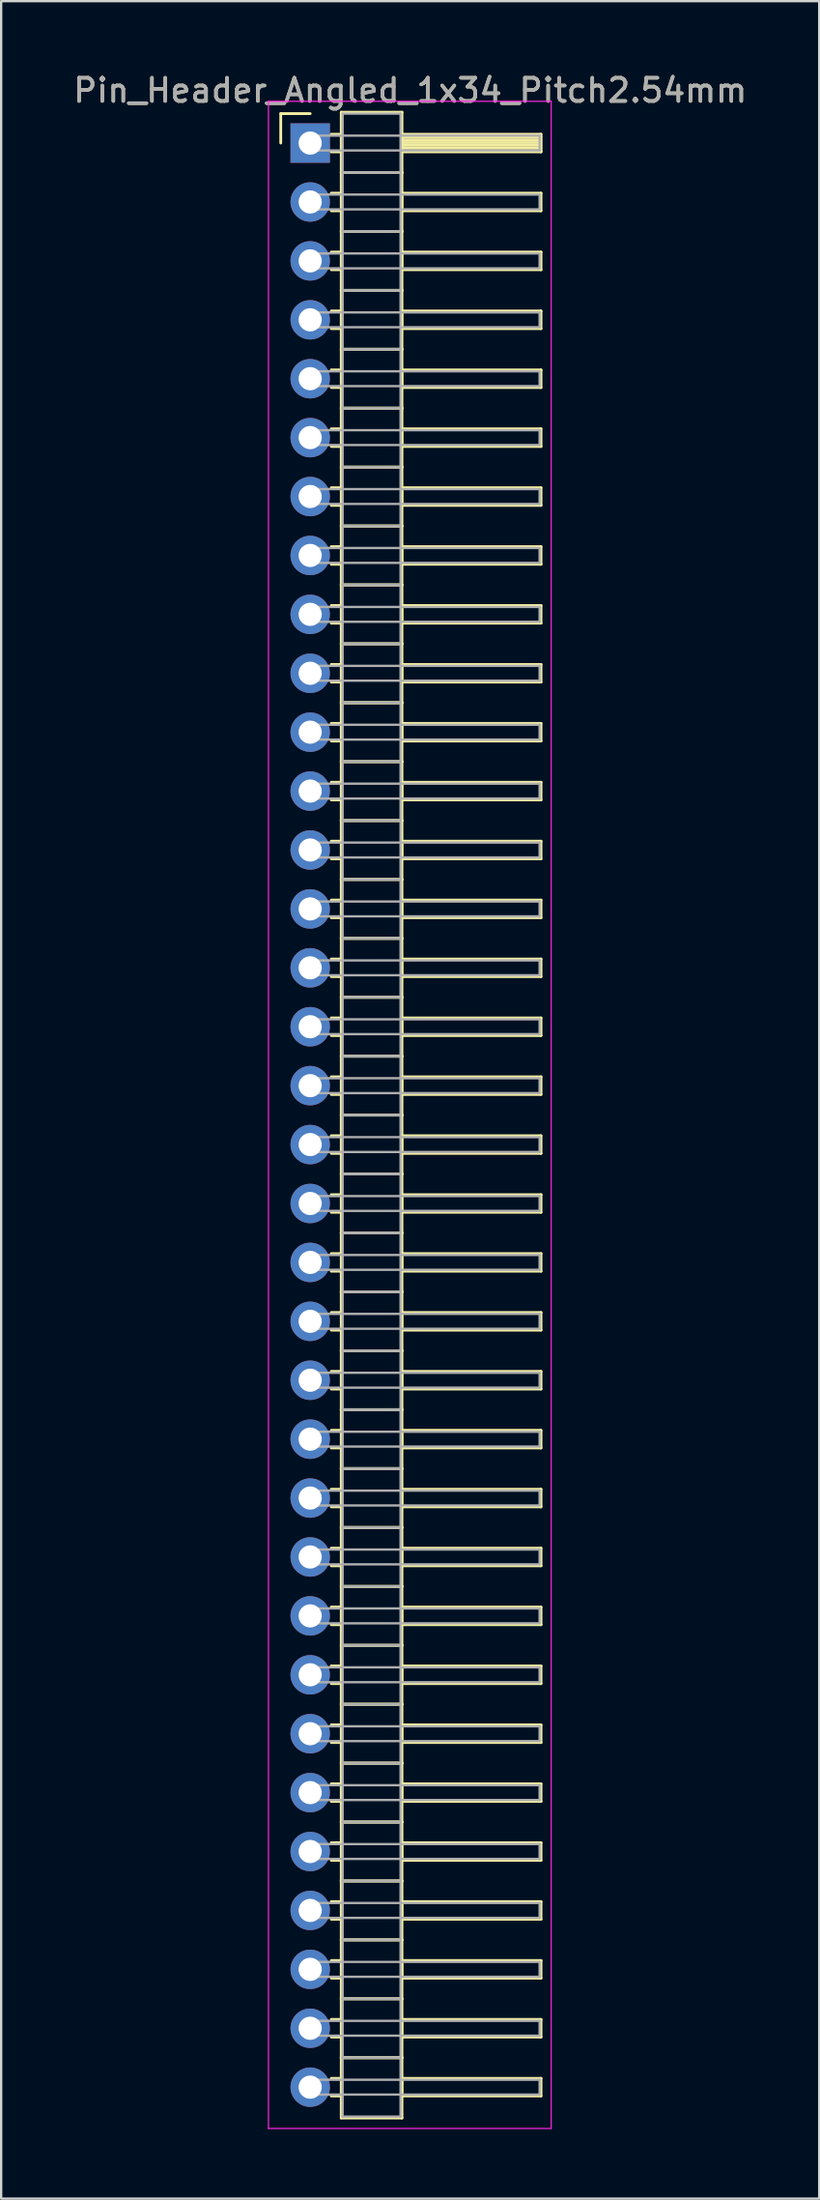
<source format=kicad_pcb>
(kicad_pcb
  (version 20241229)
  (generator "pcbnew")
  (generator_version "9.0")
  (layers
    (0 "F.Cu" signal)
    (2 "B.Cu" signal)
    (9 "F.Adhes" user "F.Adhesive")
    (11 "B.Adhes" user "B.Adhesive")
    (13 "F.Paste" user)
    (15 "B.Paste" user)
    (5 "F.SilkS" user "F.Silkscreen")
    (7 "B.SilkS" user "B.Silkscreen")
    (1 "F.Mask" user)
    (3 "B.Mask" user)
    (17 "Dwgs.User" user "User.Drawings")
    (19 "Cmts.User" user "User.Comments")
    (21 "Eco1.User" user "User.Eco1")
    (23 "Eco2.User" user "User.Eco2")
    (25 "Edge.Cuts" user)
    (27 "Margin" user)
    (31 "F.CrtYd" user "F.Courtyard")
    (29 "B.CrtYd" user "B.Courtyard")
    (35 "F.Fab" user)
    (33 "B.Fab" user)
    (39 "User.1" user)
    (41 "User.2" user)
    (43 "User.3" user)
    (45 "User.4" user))
  (footprint "Pin_Header_Angled_1x34_Pitch2.54mm"
    (layer "F.Cu")
    (at 10.334 3.118)
    (property "Reference" "Pin_Header_Angled_1x34_Pitch2.54mm" (at 4.315 -2.27 0) (layer "F.SilkS") (effects (font (size 1 1) (thickness 0.15))))
    (attr through_hole)
    (fp_line (start -1.27 -1.27) (end 0 -1.27) (stroke (width 0.12) (type solid)) (layer "F.SilkS"))
    (fp_line (start -1.27 0) (end -1.27 -1.27) (stroke (width 0.12) (type solid)) (layer "F.SilkS"))
    (fp_line (start 0.91 -0.38) (end 1.34 -0.38) (stroke (width 0.12) (type solid)) (layer "F.SilkS"))
    (fp_line (start 0.91 0.38) (end 1.34 0.38) (stroke (width 0.12) (type solid)) (layer "F.SilkS"))
    (fp_line (start 0.91 2.16) (end 1.34 2.16) (stroke (width 0.12) (type solid)) (layer "F.SilkS"))
    (fp_line (start 0.91 2.92) (end 1.34 2.92) (stroke (width 0.12) (type solid)) (layer "F.SilkS"))
    (fp_line (start 0.91 4.7) (end 1.34 4.7) (stroke (width 0.12) (type solid)) (layer "F.SilkS"))
    (fp_line (start 0.91 5.46) (end 1.34 5.46) (stroke (width 0.12) (type solid)) (layer "F.SilkS"))
    (fp_line (start 0.91 7.24) (end 1.34 7.24) (stroke (width 0.12) (type solid)) (layer "F.SilkS"))
    (fp_line (start 0.91 8) (end 1.34 8) (stroke (width 0.12) (type solid)) (layer "F.SilkS"))
    (fp_line (start 0.91 9.78) (end 1.34 9.78) (stroke (width 0.12) (type solid)) (layer "F.SilkS"))
    (fp_line (start 0.91 10.54) (end 1.34 10.54) (stroke (width 0.12) (type solid)) (layer "F.SilkS"))
    (fp_line (start 0.91 12.32) (end 1.34 12.32) (stroke (width 0.12) (type solid)) (layer "F.SilkS"))
    (fp_line (start 0.91 13.08) (end 1.34 13.08) (stroke (width 0.12) (type solid)) (layer "F.SilkS"))
    (fp_line (start 0.91 14.86) (end 1.34 14.86) (stroke (width 0.12) (type solid)) (layer "F.SilkS"))
    (fp_line (start 0.91 15.62) (end 1.34 15.62) (stroke (width 0.12) (type solid)) (layer "F.SilkS"))
    (fp_line (start 0.91 17.4) (end 1.34 17.4) (stroke (width 0.12) (type solid)) (layer "F.SilkS"))
    (fp_line (start 0.91 18.16) (end 1.34 18.16) (stroke (width 0.12) (type solid)) (layer "F.SilkS"))
    (fp_line (start 0.91 19.94) (end 1.34 19.94) (stroke (width 0.12) (type solid)) (layer "F.SilkS"))
    (fp_line (start 0.91 20.7) (end 1.34 20.7) (stroke (width 0.12) (type solid)) (layer "F.SilkS"))
    (fp_line (start 0.91 22.48) (end 1.34 22.48) (stroke (width 0.12) (type solid)) (layer "F.SilkS"))
    (fp_line (start 0.91 23.24) (end 1.34 23.24) (stroke (width 0.12) (type solid)) (layer "F.SilkS"))
    (fp_line (start 0.91 25.02) (end 1.34 25.02) (stroke (width 0.12) (type solid)) (layer "F.SilkS"))
    (fp_line (start 0.91 25.78) (end 1.34 25.78) (stroke (width 0.12) (type solid)) (layer "F.SilkS"))
    (fp_line (start 0.91 27.56) (end 1.34 27.56) (stroke (width 0.12) (type solid)) (layer "F.SilkS"))
    (fp_line (start 0.91 28.32) (end 1.34 28.32) (stroke (width 0.12) (type solid)) (layer "F.SilkS"))
    (fp_line (start 0.91 30.1) (end 1.34 30.1) (stroke (width 0.12) (type solid)) (layer "F.SilkS"))
    (fp_line (start 0.91 30.86) (end 1.34 30.86) (stroke (width 0.12) (type solid)) (layer "F.SilkS"))
    (fp_line (start 0.91 32.64) (end 1.34 32.64) (stroke (width 0.12) (type solid)) (layer "F.SilkS"))
    (fp_line (start 0.91 33.4) (end 1.34 33.4) (stroke (width 0.12) (type solid)) (layer "F.SilkS"))
    (fp_line (start 0.91 35.18) (end 1.34 35.18) (stroke (width 0.12) (type solid)) (layer "F.SilkS"))
    (fp_line (start 0.91 35.94) (end 1.34 35.94) (stroke (width 0.12) (type solid)) (layer "F.SilkS"))
    (fp_line (start 0.91 37.72) (end 1.34 37.72) (stroke (width 0.12) (type solid)) (layer "F.SilkS"))
    (fp_line (start 0.91 38.48) (end 1.34 38.48) (stroke (width 0.12) (type solid)) (layer "F.SilkS"))
    (fp_line (start 0.91 40.26) (end 1.34 40.26) (stroke (width 0.12) (type solid)) (layer "F.SilkS"))
    (fp_line (start 0.91 41.02) (end 1.34 41.02) (stroke (width 0.12) (type solid)) (layer "F.SilkS"))
    (fp_line (start 0.91 42.8) (end 1.34 42.8) (stroke (width 0.12) (type solid)) (layer "F.SilkS"))
    (fp_line (start 0.91 43.56) (end 1.34 43.56) (stroke (width 0.12) (type solid)) (layer "F.SilkS"))
    (fp_line (start 0.91 45.34) (end 1.34 45.34) (stroke (width 0.12) (type solid)) (layer "F.SilkS"))
    (fp_line (start 0.91 46.1) (end 1.34 46.1) (stroke (width 0.12) (type solid)) (layer "F.SilkS"))
    (fp_line (start 0.91 47.88) (end 1.34 47.88) (stroke (width 0.12) (type solid)) (layer "F.SilkS"))
    (fp_line (start 0.91 48.64) (end 1.34 48.64) (stroke (width 0.12) (type solid)) (layer "F.SilkS"))
    (fp_line (start 0.91 50.42) (end 1.34 50.42) (stroke (width 0.12) (type solid)) (layer "F.SilkS"))
    (fp_line (start 0.91 51.18) (end 1.34 51.18) (stroke (width 0.12) (type solid)) (layer "F.SilkS"))
    (fp_line (start 0.91 52.96) (end 1.34 52.96) (stroke (width 0.12) (type solid)) (layer "F.SilkS"))
    (fp_line (start 0.91 53.72) (end 1.34 53.72) (stroke (width 0.12) (type solid)) (layer "F.SilkS"))
    (fp_line (start 0.91 55.5) (end 1.34 55.5) (stroke (width 0.12) (type solid)) (layer "F.SilkS"))
    (fp_line (start 0.91 56.26) (end 1.34 56.26) (stroke (width 0.12) (type solid)) (layer "F.SilkS"))
    (fp_line (start 0.91 58.04) (end 1.34 58.04) (stroke (width 0.12) (type solid)) (layer "F.SilkS"))
    (fp_line (start 0.91 58.8) (end 1.34 58.8) (stroke (width 0.12) (type solid)) (layer "F.SilkS"))
    (fp_line (start 0.91 60.58) (end 1.34 60.58) (stroke (width 0.12) (type solid)) (layer "F.SilkS"))
    (fp_line (start 0.91 61.34) (end 1.34 61.34) (stroke (width 0.12) (type solid)) (layer "F.SilkS"))
    (fp_line (start 0.91 63.12) (end 1.34 63.12) (stroke (width 0.12) (type solid)) (layer "F.SilkS"))
    (fp_line (start 0.91 63.88) (end 1.34 63.88) (stroke (width 0.12) (type solid)) (layer "F.SilkS"))
    (fp_line (start 0.91 65.66) (end 1.34 65.66) (stroke (width 0.12) (type solid)) (layer "F.SilkS"))
    (fp_line (start 0.91 66.42) (end 1.34 66.42) (stroke (width 0.12) (type solid)) (layer "F.SilkS"))
    (fp_line (start 0.91 68.2) (end 1.34 68.2) (stroke (width 0.12) (type solid)) (layer "F.SilkS"))
    (fp_line (start 0.91 68.96) (end 1.34 68.96) (stroke (width 0.12) (type solid)) (layer "F.SilkS"))
    (fp_line (start 0.91 70.74) (end 1.34 70.74) (stroke (width 0.12) (type solid)) (layer "F.SilkS"))
    (fp_line (start 0.91 71.5) (end 1.34 71.5) (stroke (width 0.12) (type solid)) (layer "F.SilkS"))
    (fp_line (start 0.91 73.28) (end 1.34 73.28) (stroke (width 0.12) (type solid)) (layer "F.SilkS"))
    (fp_line (start 0.91 74.04) (end 1.34 74.04) (stroke (width 0.12) (type solid)) (layer "F.SilkS"))
    (fp_line (start 0.91 75.82) (end 1.34 75.82) (stroke (width 0.12) (type solid)) (layer "F.SilkS"))
    (fp_line (start 0.91 76.58) (end 1.34 76.58) (stroke (width 0.12) (type solid)) (layer "F.SilkS"))
    (fp_line (start 0.91 78.36) (end 1.34 78.36) (stroke (width 0.12) (type solid)) (layer "F.SilkS"))
    (fp_line (start 0.91 79.12) (end 1.34 79.12) (stroke (width 0.12) (type solid)) (layer "F.SilkS"))
    (fp_line (start 0.91 80.9) (end 1.34 80.9) (stroke (width 0.12) (type solid)) (layer "F.SilkS"))
    (fp_line (start 0.91 81.66) (end 1.34 81.66) (stroke (width 0.12) (type solid)) (layer "F.SilkS"))
    (fp_line (start 0.91 83.44) (end 1.34 83.44) (stroke (width 0.12) (type solid)) (layer "F.SilkS"))
    (fp_line (start 0.91 84.2) (end 1.34 84.2) (stroke (width 0.12) (type solid)) (layer "F.SilkS"))
    (fp_line (start 1.34 -1.33) (end 1.34 1.27) (stroke (width 0.12) (type solid)) (layer "F.SilkS"))
    (fp_line (start 1.34 1.27) (end 1.34 3.81) (stroke (width 0.12) (type solid)) (layer "F.SilkS"))
    (fp_line (start 1.34 1.27) (end 3.96 1.27) (stroke (width 0.12) (type solid)) (layer "F.SilkS"))
    (fp_line (start 1.34 3.81) (end 1.34 6.35) (stroke (width 0.12) (type solid)) (layer "F.SilkS"))
    (fp_line (start 1.34 3.81) (end 3.96 3.81) (stroke (width 0.12) (type solid)) (layer "F.SilkS"))
    (fp_line (start 1.34 6.35) (end 1.34 8.89) (stroke (width 0.12) (type solid)) (layer "F.SilkS"))
    (fp_line (start 1.34 6.35) (end 3.96 6.35) (stroke (width 0.12) (type solid)) (layer "F.SilkS"))
    (fp_line (start 1.34 8.89) (end 1.34 11.43) (stroke (width 0.12) (type solid)) (layer "F.SilkS"))
    (fp_line (start 1.34 8.89) (end 3.96 8.89) (stroke (width 0.12) (type solid)) (layer "F.SilkS"))
    (fp_line (start 1.34 11.43) (end 1.34 13.97) (stroke (width 0.12) (type solid)) (layer "F.SilkS"))
    (fp_line (start 1.34 11.43) (end 3.96 11.43) (stroke (width 0.12) (type solid)) (layer "F.SilkS"))
    (fp_line (start 1.34 13.97) (end 1.34 16.51) (stroke (width 0.12) (type solid)) (layer "F.SilkS"))
    (fp_line (start 1.34 13.97) (end 3.96 13.97) (stroke (width 0.12) (type solid)) (layer "F.SilkS"))
    (fp_line (start 1.34 16.51) (end 1.34 19.05) (stroke (width 0.12) (type solid)) (layer "F.SilkS"))
    (fp_line (start 1.34 16.51) (end 3.96 16.51) (stroke (width 0.12) (type solid)) (layer "F.SilkS"))
    (fp_line (start 1.34 19.05) (end 1.34 21.59) (stroke (width 0.12) (type solid)) (layer "F.SilkS"))
    (fp_line (start 1.34 19.05) (end 3.96 19.05) (stroke (width 0.12) (type solid)) (layer "F.SilkS"))
    (fp_line (start 1.34 21.59) (end 1.34 24.13) (stroke (width 0.12) (type solid)) (layer "F.SilkS"))
    (fp_line (start 1.34 21.59) (end 3.96 21.59) (stroke (width 0.12) (type solid)) (layer "F.SilkS"))
    (fp_line (start 1.34 24.13) (end 1.34 26.67) (stroke (width 0.12) (type solid)) (layer "F.SilkS"))
    (fp_line (start 1.34 24.13) (end 3.96 24.13) (stroke (width 0.12) (type solid)) (layer "F.SilkS"))
    (fp_line (start 1.34 26.67) (end 1.34 29.21) (stroke (width 0.12) (type solid)) (layer "F.SilkS"))
    (fp_line (start 1.34 26.67) (end 3.96 26.67) (stroke (width 0.12) (type solid)) (layer "F.SilkS"))
    (fp_line (start 1.34 29.21) (end 1.34 31.75) (stroke (width 0.12) (type solid)) (layer "F.SilkS"))
    (fp_line (start 1.34 29.21) (end 3.96 29.21) (stroke (width 0.12) (type solid)) (layer "F.SilkS"))
    (fp_line (start 1.34 31.75) (end 1.34 34.29) (stroke (width 0.12) (type solid)) (layer "F.SilkS"))
    (fp_line (start 1.34 31.75) (end 3.96 31.75) (stroke (width 0.12) (type solid)) (layer "F.SilkS"))
    (fp_line (start 1.34 34.29) (end 1.34 36.83) (stroke (width 0.12) (type solid)) (layer "F.SilkS"))
    (fp_line (start 1.34 34.29) (end 3.96 34.29) (stroke (width 0.12) (type solid)) (layer "F.SilkS"))
    (fp_line (start 1.34 36.83) (end 1.34 39.37) (stroke (width 0.12) (type solid)) (layer "F.SilkS"))
    (fp_line (start 1.34 36.83) (end 3.96 36.83) (stroke (width 0.12) (type solid)) (layer "F.SilkS"))
    (fp_line (start 1.34 39.37) (end 1.34 41.91) (stroke (width 0.12) (type solid)) (layer "F.SilkS"))
    (fp_line (start 1.34 39.37) (end 3.96 39.37) (stroke (width 0.12) (type solid)) (layer "F.SilkS"))
    (fp_line (start 1.34 41.91) (end 1.34 44.45) (stroke (width 0.12) (type solid)) (layer "F.SilkS"))
    (fp_line (start 1.34 41.91) (end 3.96 41.91) (stroke (width 0.12) (type solid)) (layer "F.SilkS"))
    (fp_line (start 1.34 44.45) (end 1.34 46.99) (stroke (width 0.12) (type solid)) (layer "F.SilkS"))
    (fp_line (start 1.34 44.45) (end 3.96 44.45) (stroke (width 0.12) (type solid)) (layer "F.SilkS"))
    (fp_line (start 1.34 46.99) (end 1.34 49.53) (stroke (width 0.12) (type solid)) (layer "F.SilkS"))
    (fp_line (start 1.34 46.99) (end 3.96 46.99) (stroke (width 0.12) (type solid)) (layer "F.SilkS"))
    (fp_line (start 1.34 49.53) (end 1.34 52.07) (stroke (width 0.12) (type solid)) (layer "F.SilkS"))
    (fp_line (start 1.34 49.53) (end 3.96 49.53) (stroke (width 0.12) (type solid)) (layer "F.SilkS"))
    (fp_line (start 1.34 52.07) (end 1.34 54.61) (stroke (width 0.12) (type solid)) (layer "F.SilkS"))
    (fp_line (start 1.34 52.07) (end 3.96 52.07) (stroke (width 0.12) (type solid)) (layer "F.SilkS"))
    (fp_line (start 1.34 54.61) (end 1.34 57.15) (stroke (width 0.12) (type solid)) (layer "F.SilkS"))
    (fp_line (start 1.34 54.61) (end 3.96 54.61) (stroke (width 0.12) (type solid)) (layer "F.SilkS"))
    (fp_line (start 1.34 57.15) (end 1.34 59.69) (stroke (width 0.12) (type solid)) (layer "F.SilkS"))
    (fp_line (start 1.34 57.15) (end 3.96 57.15) (stroke (width 0.12) (type solid)) (layer "F.SilkS"))
    (fp_line (start 1.34 59.69) (end 1.34 62.23) (stroke (width 0.12) (type solid)) (layer "F.SilkS"))
    (fp_line (start 1.34 59.69) (end 3.96 59.69) (stroke (width 0.12) (type solid)) (layer "F.SilkS"))
    (fp_line (start 1.34 62.23) (end 1.34 64.77) (stroke (width 0.12) (type solid)) (layer "F.SilkS"))
    (fp_line (start 1.34 62.23) (end 3.96 62.23) (stroke (width 0.12) (type solid)) (layer "F.SilkS"))
    (fp_line (start 1.34 64.77) (end 1.34 67.31) (stroke (width 0.12) (type solid)) (layer "F.SilkS"))
    (fp_line (start 1.34 64.77) (end 3.96 64.77) (stroke (width 0.12) (type solid)) (layer "F.SilkS"))
    (fp_line (start 1.34 67.31) (end 1.34 69.85) (stroke (width 0.12) (type solid)) (layer "F.SilkS"))
    (fp_line (start 1.34 67.31) (end 3.96 67.31) (stroke (width 0.12) (type solid)) (layer "F.SilkS"))
    (fp_line (start 1.34 69.85) (end 1.34 72.39) (stroke (width 0.12) (type solid)) (layer "F.SilkS"))
    (fp_line (start 1.34 69.85) (end 3.96 69.85) (stroke (width 0.12) (type solid)) (layer "F.SilkS"))
    (fp_line (start 1.34 72.39) (end 1.34 74.93) (stroke (width 0.12) (type solid)) (layer "F.SilkS"))
    (fp_line (start 1.34 72.39) (end 3.96 72.39) (stroke (width 0.12) (type solid)) (layer "F.SilkS"))
    (fp_line (start 1.34 74.93) (end 1.34 77.47) (stroke (width 0.12) (type solid)) (layer "F.SilkS"))
    (fp_line (start 1.34 74.93) (end 3.96 74.93) (stroke (width 0.12) (type solid)) (layer "F.SilkS"))
    (fp_line (start 1.34 77.47) (end 1.34 80.01) (stroke (width 0.12) (type solid)) (layer "F.SilkS"))
    (fp_line (start 1.34 77.47) (end 3.96 77.47) (stroke (width 0.12) (type solid)) (layer "F.SilkS"))
    (fp_line (start 1.34 80.01) (end 1.34 82.55) (stroke (width 0.12) (type solid)) (layer "F.SilkS"))
    (fp_line (start 1.34 80.01) (end 3.96 80.01) (stroke (width 0.12) (type solid)) (layer "F.SilkS"))
    (fp_line (start 1.34 82.55) (end 1.34 85.15) (stroke (width 0.12) (type solid)) (layer "F.SilkS"))
    (fp_line (start 1.34 82.55) (end 3.96 82.55) (stroke (width 0.12) (type solid)) (layer "F.SilkS"))
    (fp_line (start 1.34 85.15) (end 3.96 85.15) (stroke (width 0.12) (type solid)) (layer "F.SilkS"))
    (fp_line (start 3.96 -1.33) (end 1.34 -1.33) (stroke (width 0.12) (type solid)) (layer "F.SilkS"))
    (fp_line (start 3.96 -0.38) (end 3.96 0.38) (stroke (width 0.12) (type solid)) (layer "F.SilkS"))
    (fp_line (start 3.96 -0.26) (end 9.96 -0.26) (stroke (width 0.12) (type solid)) (layer "F.SilkS"))
    (fp_line (start 3.96 -0.14) (end 9.96 -0.14) (stroke (width 0.12) (type solid)) (layer "F.SilkS"))
    (fp_line (start 3.96 -0.02) (end 9.96 -0.02) (stroke (width 0.12) (type solid)) (layer "F.SilkS"))
    (fp_line (start 3.96 0.1) (end 9.96 0.1) (stroke (width 0.12) (type solid)) (layer "F.SilkS"))
    (fp_line (start 3.96 0.22) (end 9.96 0.22) (stroke (width 0.12) (type solid)) (layer "F.SilkS"))
    (fp_line (start 3.96 0.34) (end 9.96 0.34) (stroke (width 0.12) (type solid)) (layer "F.SilkS"))
    (fp_line (start 3.96 0.38) (end 9.96 0.38) (stroke (width 0.12) (type solid)) (layer "F.SilkS"))
    (fp_line (start 3.96 1.27) (end 1.34 1.27) (stroke (width 0.12) (type solid)) (layer "F.SilkS"))
    (fp_line (start 3.96 1.27) (end 3.96 -1.33) (stroke (width 0.12) (type solid)) (layer "F.SilkS"))
    (fp_line (start 3.96 2.16) (end 3.96 2.92) (stroke (width 0.12) (type solid)) (layer "F.SilkS"))
    (fp_line (start 3.96 2.92) (end 9.96 2.92) (stroke (width 0.12) (type solid)) (layer "F.SilkS"))
    (fp_line (start 3.96 3.81) (end 1.34 3.81) (stroke (width 0.12) (type solid)) (layer "F.SilkS"))
    (fp_line (start 3.96 3.81) (end 3.96 1.27) (stroke (width 0.12) (type solid)) (layer "F.SilkS"))
    (fp_line (start 3.96 4.7) (end 3.96 5.46) (stroke (width 0.12) (type solid)) (layer "F.SilkS"))
    (fp_line (start 3.96 5.46) (end 9.96 5.46) (stroke (width 0.12) (type solid)) (layer "F.SilkS"))
    (fp_line (start 3.96 6.35) (end 1.34 6.35) (stroke (width 0.12) (type solid)) (layer "F.SilkS"))
    (fp_line (start 3.96 6.35) (end 3.96 3.81) (stroke (width 0.12) (type solid)) (layer "F.SilkS"))
    (fp_line (start 3.96 7.24) (end 3.96 8) (stroke (width 0.12) (type solid)) (layer "F.SilkS"))
    (fp_line (start 3.96 8) (end 9.96 8) (stroke (width 0.12) (type solid)) (layer "F.SilkS"))
    (fp_line (start 3.96 8.89) (end 1.34 8.89) (stroke (width 0.12) (type solid)) (layer "F.SilkS"))
    (fp_line (start 3.96 8.89) (end 3.96 6.35) (stroke (width 0.12) (type solid)) (layer "F.SilkS"))
    (fp_line (start 3.96 9.78) (end 3.96 10.54) (stroke (width 0.12) (type solid)) (layer "F.SilkS"))
    (fp_line (start 3.96 10.54) (end 9.96 10.54) (stroke (width 0.12) (type solid)) (layer "F.SilkS"))
    (fp_line (start 3.96 11.43) (end 1.34 11.43) (stroke (width 0.12) (type solid)) (layer "F.SilkS"))
    (fp_line (start 3.96 11.43) (end 3.96 8.89) (stroke (width 0.12) (type solid)) (layer "F.SilkS"))
    (fp_line (start 3.96 12.32) (end 3.96 13.08) (stroke (width 0.12) (type solid)) (layer "F.SilkS"))
    (fp_line (start 3.96 13.08) (end 9.96 13.08) (stroke (width 0.12) (type solid)) (layer "F.SilkS"))
    (fp_line (start 3.96 13.97) (end 1.34 13.97) (stroke (width 0.12) (type solid)) (layer "F.SilkS"))
    (fp_line (start 3.96 13.97) (end 3.96 11.43) (stroke (width 0.12) (type solid)) (layer "F.SilkS"))
    (fp_line (start 3.96 14.86) (end 3.96 15.62) (stroke (width 0.12) (type solid)) (layer "F.SilkS"))
    (fp_line (start 3.96 15.62) (end 9.96 15.62) (stroke (width 0.12) (type solid)) (layer "F.SilkS"))
    (fp_line (start 3.96 16.51) (end 1.34 16.51) (stroke (width 0.12) (type solid)) (layer "F.SilkS"))
    (fp_line (start 3.96 16.51) (end 3.96 13.97) (stroke (width 0.12) (type solid)) (layer "F.SilkS"))
    (fp_line (start 3.96 17.4) (end 3.96 18.16) (stroke (width 0.12) (type solid)) (layer "F.SilkS"))
    (fp_line (start 3.96 18.16) (end 9.96 18.16) (stroke (width 0.12) (type solid)) (layer "F.SilkS"))
    (fp_line (start 3.96 19.05) (end 1.34 19.05) (stroke (width 0.12) (type solid)) (layer "F.SilkS"))
    (fp_line (start 3.96 19.05) (end 3.96 16.51) (stroke (width 0.12) (type solid)) (layer "F.SilkS"))
    (fp_line (start 3.96 19.94) (end 3.96 20.7) (stroke (width 0.12) (type solid)) (layer "F.SilkS"))
    (fp_line (start 3.96 20.7) (end 9.96 20.7) (stroke (width 0.12) (type solid)) (layer "F.SilkS"))
    (fp_line (start 3.96 21.59) (end 1.34 21.59) (stroke (width 0.12) (type solid)) (layer "F.SilkS"))
    (fp_line (start 3.96 21.59) (end 3.96 19.05) (stroke (width 0.12) (type solid)) (layer "F.SilkS"))
    (fp_line (start 3.96 22.48) (end 3.96 23.24) (stroke (width 0.12) (type solid)) (layer "F.SilkS"))
    (fp_line (start 3.96 23.24) (end 9.96 23.24) (stroke (width 0.12) (type solid)) (layer "F.SilkS"))
    (fp_line (start 3.96 24.13) (end 1.34 24.13) (stroke (width 0.12) (type solid)) (layer "F.SilkS"))
    (fp_line (start 3.96 24.13) (end 3.96 21.59) (stroke (width 0.12) (type solid)) (layer "F.SilkS"))
    (fp_line (start 3.96 25.02) (end 3.96 25.78) (stroke (width 0.12) (type solid)) (layer "F.SilkS"))
    (fp_line (start 3.96 25.78) (end 9.96 25.78) (stroke (width 0.12) (type solid)) (layer "F.SilkS"))
    (fp_line (start 3.96 26.67) (end 1.34 26.67) (stroke (width 0.12) (type solid)) (layer "F.SilkS"))
    (fp_line (start 3.96 26.67) (end 3.96 24.13) (stroke (width 0.12) (type solid)) (layer "F.SilkS"))
    (fp_line (start 3.96 27.56) (end 3.96 28.32) (stroke (width 0.12) (type solid)) (layer "F.SilkS"))
    (fp_line (start 3.96 28.32) (end 9.96 28.32) (stroke (width 0.12) (type solid)) (layer "F.SilkS"))
    (fp_line (start 3.96 29.21) (end 1.34 29.21) (stroke (width 0.12) (type solid)) (layer "F.SilkS"))
    (fp_line (start 3.96 29.21) (end 3.96 26.67) (stroke (width 0.12) (type solid)) (layer "F.SilkS"))
    (fp_line (start 3.96 30.1) (end 3.96 30.86) (stroke (width 0.12) (type solid)) (layer "F.SilkS"))
    (fp_line (start 3.96 30.86) (end 9.96 30.86) (stroke (width 0.12) (type solid)) (layer "F.SilkS"))
    (fp_line (start 3.96 31.75) (end 1.34 31.75) (stroke (width 0.12) (type solid)) (layer "F.SilkS"))
    (fp_line (start 3.96 31.75) (end 3.96 29.21) (stroke (width 0.12) (type solid)) (layer "F.SilkS"))
    (fp_line (start 3.96 32.64) (end 3.96 33.4) (stroke (width 0.12) (type solid)) (layer "F.SilkS"))
    (fp_line (start 3.96 33.4) (end 9.96 33.4) (stroke (width 0.12) (type solid)) (layer "F.SilkS"))
    (fp_line (start 3.96 34.29) (end 1.34 34.29) (stroke (width 0.12) (type solid)) (layer "F.SilkS"))
    (fp_line (start 3.96 34.29) (end 3.96 31.75) (stroke (width 0.12) (type solid)) (layer "F.SilkS"))
    (fp_line (start 3.96 35.18) (end 3.96 35.94) (stroke (width 0.12) (type solid)) (layer "F.SilkS"))
    (fp_line (start 3.96 35.94) (end 9.96 35.94) (stroke (width 0.12) (type solid)) (layer "F.SilkS"))
    (fp_line (start 3.96 36.83) (end 1.34 36.83) (stroke (width 0.12) (type solid)) (layer "F.SilkS"))
    (fp_line (start 3.96 36.83) (end 3.96 34.29) (stroke (width 0.12) (type solid)) (layer "F.SilkS"))
    (fp_line (start 3.96 37.72) (end 3.96 38.48) (stroke (width 0.12) (type solid)) (layer "F.SilkS"))
    (fp_line (start 3.96 38.48) (end 9.96 38.48) (stroke (width 0.12) (type solid)) (layer "F.SilkS"))
    (fp_line (start 3.96 39.37) (end 1.34 39.37) (stroke (width 0.12) (type solid)) (layer "F.SilkS"))
    (fp_line (start 3.96 39.37) (end 3.96 36.83) (stroke (width 0.12) (type solid)) (layer "F.SilkS"))
    (fp_line (start 3.96 40.26) (end 3.96 41.02) (stroke (width 0.12) (type solid)) (layer "F.SilkS"))
    (fp_line (start 3.96 41.02) (end 9.96 41.02) (stroke (width 0.12) (type solid)) (layer "F.SilkS"))
    (fp_line (start 3.96 41.91) (end 1.34 41.91) (stroke (width 0.12) (type solid)) (layer "F.SilkS"))
    (fp_line (start 3.96 41.91) (end 3.96 39.37) (stroke (width 0.12) (type solid)) (layer "F.SilkS"))
    (fp_line (start 3.96 42.8) (end 3.96 43.56) (stroke (width 0.12) (type solid)) (layer "F.SilkS"))
    (fp_line (start 3.96 43.56) (end 9.96 43.56) (stroke (width 0.12) (type solid)) (layer "F.SilkS"))
    (fp_line (start 3.96 44.45) (end 1.34 44.45) (stroke (width 0.12) (type solid)) (layer "F.SilkS"))
    (fp_line (start 3.96 44.45) (end 3.96 41.91) (stroke (width 0.12) (type solid)) (layer "F.SilkS"))
    (fp_line (start 3.96 45.34) (end 3.96 46.1) (stroke (width 0.12) (type solid)) (layer "F.SilkS"))
    (fp_line (start 3.96 46.1) (end 9.96 46.1) (stroke (width 0.12) (type solid)) (layer "F.SilkS"))
    (fp_line (start 3.96 46.99) (end 1.34 46.99) (stroke (width 0.12) (type solid)) (layer "F.SilkS"))
    (fp_line (start 3.96 46.99) (end 3.96 44.45) (stroke (width 0.12) (type solid)) (layer "F.SilkS"))
    (fp_line (start 3.96 47.88) (end 3.96 48.64) (stroke (width 0.12) (type solid)) (layer "F.SilkS"))
    (fp_line (start 3.96 48.64) (end 9.96 48.64) (stroke (width 0.12) (type solid)) (layer "F.SilkS"))
    (fp_line (start 3.96 49.53) (end 1.34 49.53) (stroke (width 0.12) (type solid)) (layer "F.SilkS"))
    (fp_line (start 3.96 49.53) (end 3.96 46.99) (stroke (width 0.12) (type solid)) (layer "F.SilkS"))
    (fp_line (start 3.96 50.42) (end 3.96 51.18) (stroke (width 0.12) (type solid)) (layer "F.SilkS"))
    (fp_line (start 3.96 51.18) (end 9.96 51.18) (stroke (width 0.12) (type solid)) (layer "F.SilkS"))
    (fp_line (start 3.96 52.07) (end 1.34 52.07) (stroke (width 0.12) (type solid)) (layer "F.SilkS"))
    (fp_line (start 3.96 52.07) (end 3.96 49.53) (stroke (width 0.12) (type solid)) (layer "F.SilkS"))
    (fp_line (start 3.96 52.96) (end 3.96 53.72) (stroke (width 0.12) (type solid)) (layer "F.SilkS"))
    (fp_line (start 3.96 53.72) (end 9.96 53.72) (stroke (width 0.12) (type solid)) (layer "F.SilkS"))
    (fp_line (start 3.96 54.61) (end 1.34 54.61) (stroke (width 0.12) (type solid)) (layer "F.SilkS"))
    (fp_line (start 3.96 54.61) (end 3.96 52.07) (stroke (width 0.12) (type solid)) (layer "F.SilkS"))
    (fp_line (start 3.96 55.5) (end 3.96 56.26) (stroke (width 0.12) (type solid)) (layer "F.SilkS"))
    (fp_line (start 3.96 56.26) (end 9.96 56.26) (stroke (width 0.12) (type solid)) (layer "F.SilkS"))
    (fp_line (start 3.96 57.15) (end 1.34 57.15) (stroke (width 0.12) (type solid)) (layer "F.SilkS"))
    (fp_line (start 3.96 57.15) (end 3.96 54.61) (stroke (width 0.12) (type solid)) (layer "F.SilkS"))
    (fp_line (start 3.96 58.04) (end 3.96 58.8) (stroke (width 0.12) (type solid)) (layer "F.SilkS"))
    (fp_line (start 3.96 58.8) (end 9.96 58.8) (stroke (width 0.12) (type solid)) (layer "F.SilkS"))
    (fp_line (start 3.96 59.69) (end 1.34 59.69) (stroke (width 0.12) (type solid)) (layer "F.SilkS"))
    (fp_line (start 3.96 59.69) (end 3.96 57.15) (stroke (width 0.12) (type solid)) (layer "F.SilkS"))
    (fp_line (start 3.96 60.58) (end 3.96 61.34) (stroke (width 0.12) (type solid)) (layer "F.SilkS"))
    (fp_line (start 3.96 61.34) (end 9.96 61.34) (stroke (width 0.12) (type solid)) (layer "F.SilkS"))
    (fp_line (start 3.96 62.23) (end 1.34 62.23) (stroke (width 0.12) (type solid)) (layer "F.SilkS"))
    (fp_line (start 3.96 62.23) (end 3.96 59.69) (stroke (width 0.12) (type solid)) (layer "F.SilkS"))
    (fp_line (start 3.96 63.12) (end 3.96 63.88) (stroke (width 0.12) (type solid)) (layer "F.SilkS"))
    (fp_line (start 3.96 63.88) (end 9.96 63.88) (stroke (width 0.12) (type solid)) (layer "F.SilkS"))
    (fp_line (start 3.96 64.77) (end 1.34 64.77) (stroke (width 0.12) (type solid)) (layer "F.SilkS"))
    (fp_line (start 3.96 64.77) (end 3.96 62.23) (stroke (width 0.12) (type solid)) (layer "F.SilkS"))
    (fp_line (start 3.96 65.66) (end 3.96 66.42) (stroke (width 0.12) (type solid)) (layer "F.SilkS"))
    (fp_line (start 3.96 66.42) (end 9.96 66.42) (stroke (width 0.12) (type solid)) (layer "F.SilkS"))
    (fp_line (start 3.96 67.31) (end 1.34 67.31) (stroke (width 0.12) (type solid)) (layer "F.SilkS"))
    (fp_line (start 3.96 67.31) (end 3.96 64.77) (stroke (width 0.12) (type solid)) (layer "F.SilkS"))
    (fp_line (start 3.96 68.2) (end 3.96 68.96) (stroke (width 0.12) (type solid)) (layer "F.SilkS"))
    (fp_line (start 3.96 68.96) (end 9.96 68.96) (stroke (width 0.12) (type solid)) (layer "F.SilkS"))
    (fp_line (start 3.96 69.85) (end 1.34 69.85) (stroke (width 0.12) (type solid)) (layer "F.SilkS"))
    (fp_line (start 3.96 69.85) (end 3.96 67.31) (stroke (width 0.12) (type solid)) (layer "F.SilkS"))
    (fp_line (start 3.96 70.74) (end 3.96 71.5) (stroke (width 0.12) (type solid)) (layer "F.SilkS"))
    (fp_line (start 3.96 71.5) (end 9.96 71.5) (stroke (width 0.12) (type solid)) (layer "F.SilkS"))
    (fp_line (start 3.96 72.39) (end 1.34 72.39) (stroke (width 0.12) (type solid)) (layer "F.SilkS"))
    (fp_line (start 3.96 72.39) (end 3.96 69.85) (stroke (width 0.12) (type solid)) (layer "F.SilkS"))
    (fp_line (start 3.96 73.28) (end 3.96 74.04) (stroke (width 0.12) (type solid)) (layer "F.SilkS"))
    (fp_line (start 3.96 74.04) (end 9.96 74.04) (stroke (width 0.12) (type solid)) (layer "F.SilkS"))
    (fp_line (start 3.96 74.93) (end 1.34 74.93) (stroke (width 0.12) (type solid)) (layer "F.SilkS"))
    (fp_line (start 3.96 74.93) (end 3.96 72.39) (stroke (width 0.12) (type solid)) (layer "F.SilkS"))
    (fp_line (start 3.96 75.82) (end 3.96 76.58) (stroke (width 0.12) (type solid)) (layer "F.SilkS"))
    (fp_line (start 3.96 76.58) (end 9.96 76.58) (stroke (width 0.12) (type solid)) (layer "F.SilkS"))
    (fp_line (start 3.96 77.47) (end 1.34 77.47) (stroke (width 0.12) (type solid)) (layer "F.SilkS"))
    (fp_line (start 3.96 77.47) (end 3.96 74.93) (stroke (width 0.12) (type solid)) (layer "F.SilkS"))
    (fp_line (start 3.96 78.36) (end 3.96 79.12) (stroke (width 0.12) (type solid)) (layer "F.SilkS"))
    (fp_line (start 3.96 79.12) (end 9.96 79.12) (stroke (width 0.12) (type solid)) (layer "F.SilkS"))
    (fp_line (start 3.96 80.01) (end 1.34 80.01) (stroke (width 0.12) (type solid)) (layer "F.SilkS"))
    (fp_line (start 3.96 80.01) (end 3.96 77.47) (stroke (width 0.12) (type solid)) (layer "F.SilkS"))
    (fp_line (start 3.96 80.9) (end 3.96 81.66) (stroke (width 0.12) (type solid)) (layer "F.SilkS"))
    (fp_line (start 3.96 81.66) (end 9.96 81.66) (stroke (width 0.12) (type solid)) (layer "F.SilkS"))
    (fp_line (start 3.96 82.55) (end 1.34 82.55) (stroke (width 0.12) (type solid)) (layer "F.SilkS"))
    (fp_line (start 3.96 82.55) (end 3.96 80.01) (stroke (width 0.12) (type solid)) (layer "F.SilkS"))
    (fp_line (start 3.96 83.44) (end 3.96 84.2) (stroke (width 0.12) (type solid)) (layer "F.SilkS"))
    (fp_line (start 3.96 84.2) (end 9.96 84.2) (stroke (width 0.12) (type solid)) (layer "F.SilkS"))
    (fp_line (start 3.96 85.15) (end 3.96 82.55) (stroke (width 0.12) (type solid)) (layer "F.SilkS"))
    (fp_line (start 9.96 -0.38) (end 3.96 -0.38) (stroke (width 0.12) (type solid)) (layer "F.SilkS"))
    (fp_line (start 9.96 0.38) (end 9.96 -0.38) (stroke (width 0.12) (type solid)) (layer "F.SilkS"))
    (fp_line (start 9.96 2.16) (end 3.96 2.16) (stroke (width 0.12) (type solid)) (layer "F.SilkS"))
    (fp_line (start 9.96 2.92) (end 9.96 2.16) (stroke (width 0.12) (type solid)) (layer "F.SilkS"))
    (fp_line (start 9.96 4.7) (end 3.96 4.7) (stroke (width 0.12) (type solid)) (layer "F.SilkS"))
    (fp_line (start 9.96 5.46) (end 9.96 4.7) (stroke (width 0.12) (type solid)) (layer "F.SilkS"))
    (fp_line (start 9.96 7.24) (end 3.96 7.24) (stroke (width 0.12) (type solid)) (layer "F.SilkS"))
    (fp_line (start 9.96 8) (end 9.96 7.24) (stroke (width 0.12) (type solid)) (layer "F.SilkS"))
    (fp_line (start 9.96 9.78) (end 3.96 9.78) (stroke (width 0.12) (type solid)) (layer "F.SilkS"))
    (fp_line (start 9.96 10.54) (end 9.96 9.78) (stroke (width 0.12) (type solid)) (layer "F.SilkS"))
    (fp_line (start 9.96 12.32) (end 3.96 12.32) (stroke (width 0.12) (type solid)) (layer "F.SilkS"))
    (fp_line (start 9.96 13.08) (end 9.96 12.32) (stroke (width 0.12) (type solid)) (layer "F.SilkS"))
    (fp_line (start 9.96 14.86) (end 3.96 14.86) (stroke (width 0.12) (type solid)) (layer "F.SilkS"))
    (fp_line (start 9.96 15.62) (end 9.96 14.86) (stroke (width 0.12) (type solid)) (layer "F.SilkS"))
    (fp_line (start 9.96 17.4) (end 3.96 17.4) (stroke (width 0.12) (type solid)) (layer "F.SilkS"))
    (fp_line (start 9.96 18.16) (end 9.96 17.4) (stroke (width 0.12) (type solid)) (layer "F.SilkS"))
    (fp_line (start 9.96 19.94) (end 3.96 19.94) (stroke (width 0.12) (type solid)) (layer "F.SilkS"))
    (fp_line (start 9.96 20.7) (end 9.96 19.94) (stroke (width 0.12) (type solid)) (layer "F.SilkS"))
    (fp_line (start 9.96 22.48) (end 3.96 22.48) (stroke (width 0.12) (type solid)) (layer "F.SilkS"))
    (fp_line (start 9.96 23.24) (end 9.96 22.48) (stroke (width 0.12) (type solid)) (layer "F.SilkS"))
    (fp_line (start 9.96 25.02) (end 3.96 25.02) (stroke (width 0.12) (type solid)) (layer "F.SilkS"))
    (fp_line (start 9.96 25.78) (end 9.96 25.02) (stroke (width 0.12) (type solid)) (layer "F.SilkS"))
    (fp_line (start 9.96 27.56) (end 3.96 27.56) (stroke (width 0.12) (type solid)) (layer "F.SilkS"))
    (fp_line (start 9.96 28.32) (end 9.96 27.56) (stroke (width 0.12) (type solid)) (layer "F.SilkS"))
    (fp_line (start 9.96 30.1) (end 3.96 30.1) (stroke (width 0.12) (type solid)) (layer "F.SilkS"))
    (fp_line (start 9.96 30.86) (end 9.96 30.1) (stroke (width 0.12) (type solid)) (layer "F.SilkS"))
    (fp_line (start 9.96 32.64) (end 3.96 32.64) (stroke (width 0.12) (type solid)) (layer "F.SilkS"))
    (fp_line (start 9.96 33.4) (end 9.96 32.64) (stroke (width 0.12) (type solid)) (layer "F.SilkS"))
    (fp_line (start 9.96 35.18) (end 3.96 35.18) (stroke (width 0.12) (type solid)) (layer "F.SilkS"))
    (fp_line (start 9.96 35.94) (end 9.96 35.18) (stroke (width 0.12) (type solid)) (layer "F.SilkS"))
    (fp_line (start 9.96 37.72) (end 3.96 37.72) (stroke (width 0.12) (type solid)) (layer "F.SilkS"))
    (fp_line (start 9.96 38.48) (end 9.96 37.72) (stroke (width 0.12) (type solid)) (layer "F.SilkS"))
    (fp_line (start 9.96 40.26) (end 3.96 40.26) (stroke (width 0.12) (type solid)) (layer "F.SilkS"))
    (fp_line (start 9.96 41.02) (end 9.96 40.26) (stroke (width 0.12) (type solid)) (layer "F.SilkS"))
    (fp_line (start 9.96 42.8) (end 3.96 42.8) (stroke (width 0.12) (type solid)) (layer "F.SilkS"))
    (fp_line (start 9.96 43.56) (end 9.96 42.8) (stroke (width 0.12) (type solid)) (layer "F.SilkS"))
    (fp_line (start 9.96 45.34) (end 3.96 45.34) (stroke (width 0.12) (type solid)) (layer "F.SilkS"))
    (fp_line (start 9.96 46.1) (end 9.96 45.34) (stroke (width 0.12) (type solid)) (layer "F.SilkS"))
    (fp_line (start 9.96 47.88) (end 3.96 47.88) (stroke (width 0.12) (type solid)) (layer "F.SilkS"))
    (fp_line (start 9.96 48.64) (end 9.96 47.88) (stroke (width 0.12) (type solid)) (layer "F.SilkS"))
    (fp_line (start 9.96 50.42) (end 3.96 50.42) (stroke (width 0.12) (type solid)) (layer "F.SilkS"))
    (fp_line (start 9.96 51.18) (end 9.96 50.42) (stroke (width 0.12) (type solid)) (layer "F.SilkS"))
    (fp_line (start 9.96 52.96) (end 3.96 52.96) (stroke (width 0.12) (type solid)) (layer "F.SilkS"))
    (fp_line (start 9.96 53.72) (end 9.96 52.96) (stroke (width 0.12) (type solid)) (layer "F.SilkS"))
    (fp_line (start 9.96 55.5) (end 3.96 55.5) (stroke (width 0.12) (type solid)) (layer "F.SilkS"))
    (fp_line (start 9.96 56.26) (end 9.96 55.5) (stroke (width 0.12) (type solid)) (layer "F.SilkS"))
    (fp_line (start 9.96 58.04) (end 3.96 58.04) (stroke (width 0.12) (type solid)) (layer "F.SilkS"))
    (fp_line (start 9.96 58.8) (end 9.96 58.04) (stroke (width 0.12) (type solid)) (layer "F.SilkS"))
    (fp_line (start 9.96 60.58) (end 3.96 60.58) (stroke (width 0.12) (type solid)) (layer "F.SilkS"))
    (fp_line (start 9.96 61.34) (end 9.96 60.58) (stroke (width 0.12) (type solid)) (layer "F.SilkS"))
    (fp_line (start 9.96 63.12) (end 3.96 63.12) (stroke (width 0.12) (type solid)) (layer "F.SilkS"))
    (fp_line (start 9.96 63.88) (end 9.96 63.12) (stroke (width 0.12) (type solid)) (layer "F.SilkS"))
    (fp_line (start 9.96 65.66) (end 3.96 65.66) (stroke (width 0.12) (type solid)) (layer "F.SilkS"))
    (fp_line (start 9.96 66.42) (end 9.96 65.66) (stroke (width 0.12) (type solid)) (layer "F.SilkS"))
    (fp_line (start 9.96 68.2) (end 3.96 68.2) (stroke (width 0.12) (type solid)) (layer "F.SilkS"))
    (fp_line (start 9.96 68.96) (end 9.96 68.2) (stroke (width 0.12) (type solid)) (layer "F.SilkS"))
    (fp_line (start 9.96 70.74) (end 3.96 70.74) (stroke (width 0.12) (type solid)) (layer "F.SilkS"))
    (fp_line (start 9.96 71.5) (end 9.96 70.74) (stroke (width 0.12) (type solid)) (layer "F.SilkS"))
    (fp_line (start 9.96 73.28) (end 3.96 73.28) (stroke (width 0.12) (type solid)) (layer "F.SilkS"))
    (fp_line (start 9.96 74.04) (end 9.96 73.28) (stroke (width 0.12) (type solid)) (layer "F.SilkS"))
    (fp_line (start 9.96 75.82) (end 3.96 75.82) (stroke (width 0.12) (type solid)) (layer "F.SilkS"))
    (fp_line (start 9.96 76.58) (end 9.96 75.82) (stroke (width 0.12) (type solid)) (layer "F.SilkS"))
    (fp_line (start 9.96 78.36) (end 3.96 78.36) (stroke (width 0.12) (type solid)) (layer "F.SilkS"))
    (fp_line (start 9.96 79.12) (end 9.96 78.36) (stroke (width 0.12) (type solid)) (layer "F.SilkS"))
    (fp_line (start 9.96 80.9) (end 3.96 80.9) (stroke (width 0.12) (type solid)) (layer "F.SilkS"))
    (fp_line (start 9.96 81.66) (end 9.96 80.9) (stroke (width 0.12) (type solid)) (layer "F.SilkS"))
    (fp_line (start 9.96 83.44) (end 3.96 83.44) (stroke (width 0.12) (type solid)) (layer "F.SilkS"))
    (fp_line (start 9.96 84.2) (end 9.96 83.44) (stroke (width 0.12) (type solid)) (layer "F.SilkS"))
    (fp_line (start -1.8 -1.8) (end -1.8 85.6) (stroke (width 0.05) (type solid)) (layer "F.CrtYd"))
    (fp_line (start -1.8 85.6) (end 10.4 85.6) (stroke (width 0.05) (type solid)) (layer "F.CrtYd"))
    (fp_line (start 10.4 -1.8) (end -1.8 -1.8) (stroke (width 0.05) (type solid)) (layer "F.CrtYd"))
    (fp_line (start 10.4 85.6) (end 10.4 -1.8) (stroke (width 0.05) (type solid)) (layer "F.CrtYd"))
    (fp_line (start 0 -0.32) (end 0 0.32) (stroke (width 0.1) (type solid)) (layer "F.Fab"))
    (fp_line (start 0 0.32) (end 9.9 0.32) (stroke (width 0.1) (type solid)) (layer "F.Fab"))
    (fp_line (start 0 2.22) (end 0 2.86) (stroke (width 0.1) (type solid)) (layer "F.Fab"))
    (fp_line (start 0 2.86) (end 9.9 2.86) (stroke (width 0.1) (type solid)) (layer "F.Fab"))
    (fp_line (start 0 4.76) (end 0 5.4) (stroke (width 0.1) (type solid)) (layer "F.Fab"))
    (fp_line (start 0 5.4) (end 9.9 5.4) (stroke (width 0.1) (type solid)) (layer "F.Fab"))
    (fp_line (start 0 7.3) (end 0 7.94) (stroke (width 0.1) (type solid)) (layer "F.Fab"))
    (fp_line (start 0 7.94) (end 9.9 7.94) (stroke (width 0.1) (type solid)) (layer "F.Fab"))
    (fp_line (start 0 9.84) (end 0 10.48) (stroke (width 0.1) (type solid)) (layer "F.Fab"))
    (fp_line (start 0 10.48) (end 9.9 10.48) (stroke (width 0.1) (type solid)) (layer "F.Fab"))
    (fp_line (start 0 12.38) (end 0 13.02) (stroke (width 0.1) (type solid)) (layer "F.Fab"))
    (fp_line (start 0 13.02) (end 9.9 13.02) (stroke (width 0.1) (type solid)) (layer "F.Fab"))
    (fp_line (start 0 14.92) (end 0 15.56) (stroke (width 0.1) (type solid)) (layer "F.Fab"))
    (fp_line (start 0 15.56) (end 9.9 15.56) (stroke (width 0.1) (type solid)) (layer "F.Fab"))
    (fp_line (start 0 17.46) (end 0 18.1) (stroke (width 0.1) (type solid)) (layer "F.Fab"))
    (fp_line (start 0 18.1) (end 9.9 18.1) (stroke (width 0.1) (type solid)) (layer "F.Fab"))
    (fp_line (start 0 20) (end 0 20.64) (stroke (width 0.1) (type solid)) (layer "F.Fab"))
    (fp_line (start 0 20.64) (end 9.9 20.64) (stroke (width 0.1) (type solid)) (layer "F.Fab"))
    (fp_line (start 0 22.54) (end 0 23.18) (stroke (width 0.1) (type solid)) (layer "F.Fab"))
    (fp_line (start 0 23.18) (end 9.9 23.18) (stroke (width 0.1) (type solid)) (layer "F.Fab"))
    (fp_line (start 0 25.08) (end 0 25.72) (stroke (width 0.1) (type solid)) (layer "F.Fab"))
    (fp_line (start 0 25.72) (end 9.9 25.72) (stroke (width 0.1) (type solid)) (layer "F.Fab"))
    (fp_line (start 0 27.62) (end 0 28.26) (stroke (width 0.1) (type solid)) (layer "F.Fab"))
    (fp_line (start 0 28.26) (end 9.9 28.26) (stroke (width 0.1) (type solid)) (layer "F.Fab"))
    (fp_line (start 0 30.16) (end 0 30.8) (stroke (width 0.1) (type solid)) (layer "F.Fab"))
    (fp_line (start 0 30.8) (end 9.9 30.8) (stroke (width 0.1) (type solid)) (layer "F.Fab"))
    (fp_line (start 0 32.7) (end 0 33.34) (stroke (width 0.1) (type solid)) (layer "F.Fab"))
    (fp_line (start 0 33.34) (end 9.9 33.34) (stroke (width 0.1) (type solid)) (layer "F.Fab"))
    (fp_line (start 0 35.24) (end 0 35.88) (stroke (width 0.1) (type solid)) (layer "F.Fab"))
    (fp_line (start 0 35.88) (end 9.9 35.88) (stroke (width 0.1) (type solid)) (layer "F.Fab"))
    (fp_line (start 0 37.78) (end 0 38.42) (stroke (width 0.1) (type solid)) (layer "F.Fab"))
    (fp_line (start 0 38.42) (end 9.9 38.42) (stroke (width 0.1) (type solid)) (layer "F.Fab"))
    (fp_line (start 0 40.32) (end 0 40.96) (stroke (width 0.1) (type solid)) (layer "F.Fab"))
    (fp_line (start 0 40.96) (end 9.9 40.96) (stroke (width 0.1) (type solid)) (layer "F.Fab"))
    (fp_line (start 0 42.86) (end 0 43.5) (stroke (width 0.1) (type solid)) (layer "F.Fab"))
    (fp_line (start 0 43.5) (end 9.9 43.5) (stroke (width 0.1) (type solid)) (layer "F.Fab"))
    (fp_line (start 0 45.4) (end 0 46.04) (stroke (width 0.1) (type solid)) (layer "F.Fab"))
    (fp_line (start 0 46.04) (end 9.9 46.04) (stroke (width 0.1) (type solid)) (layer "F.Fab"))
    (fp_line (start 0 47.94) (end 0 48.58) (stroke (width 0.1) (type solid)) (layer "F.Fab"))
    (fp_line (start 0 48.58) (end 9.9 48.58) (stroke (width 0.1) (type solid)) (layer "F.Fab"))
    (fp_line (start 0 50.48) (end 0 51.12) (stroke (width 0.1) (type solid)) (layer "F.Fab"))
    (fp_line (start 0 51.12) (end 9.9 51.12) (stroke (width 0.1) (type solid)) (layer "F.Fab"))
    (fp_line (start 0 53.02) (end 0 53.66) (stroke (width 0.1) (type solid)) (layer "F.Fab"))
    (fp_line (start 0 53.66) (end 9.9 53.66) (stroke (width 0.1) (type solid)) (layer "F.Fab"))
    (fp_line (start 0 55.56) (end 0 56.2) (stroke (width 0.1) (type solid)) (layer "F.Fab"))
    (fp_line (start 0 56.2) (end 9.9 56.2) (stroke (width 0.1) (type solid)) (layer "F.Fab"))
    (fp_line (start 0 58.1) (end 0 58.74) (stroke (width 0.1) (type solid)) (layer "F.Fab"))
    (fp_line (start 0 58.74) (end 9.9 58.74) (stroke (width 0.1) (type solid)) (layer "F.Fab"))
    (fp_line (start 0 60.64) (end 0 61.28) (stroke (width 0.1) (type solid)) (layer "F.Fab"))
    (fp_line (start 0 61.28) (end 9.9 61.28) (stroke (width 0.1) (type solid)) (layer "F.Fab"))
    (fp_line (start 0 63.18) (end 0 63.82) (stroke (width 0.1) (type solid)) (layer "F.Fab"))
    (fp_line (start 0 63.82) (end 9.9 63.82) (stroke (width 0.1) (type solid)) (layer "F.Fab"))
    (fp_line (start 0 65.72) (end 0 66.36) (stroke (width 0.1) (type solid)) (layer "F.Fab"))
    (fp_line (start 0 66.36) (end 9.9 66.36) (stroke (width 0.1) (type solid)) (layer "F.Fab"))
    (fp_line (start 0 68.26) (end 0 68.9) (stroke (width 0.1) (type solid)) (layer "F.Fab"))
    (fp_line (start 0 68.9) (end 9.9 68.9) (stroke (width 0.1) (type solid)) (layer "F.Fab"))
    (fp_line (start 0 70.8) (end 0 71.44) (stroke (width 0.1) (type solid)) (layer "F.Fab"))
    (fp_line (start 0 71.44) (end 9.9 71.44) (stroke (width 0.1) (type solid)) (layer "F.Fab"))
    (fp_line (start 0 73.34) (end 0 73.98) (stroke (width 0.1) (type solid)) (layer "F.Fab"))
    (fp_line (start 0 73.98) (end 9.9 73.98) (stroke (width 0.1) (type solid)) (layer "F.Fab"))
    (fp_line (start 0 75.88) (end 0 76.52) (stroke (width 0.1) (type solid)) (layer "F.Fab"))
    (fp_line (start 0 76.52) (end 9.9 76.52) (stroke (width 0.1) (type solid)) (layer "F.Fab"))
    (fp_line (start 0 78.42) (end 0 79.06) (stroke (width 0.1) (type solid)) (layer "F.Fab"))
    (fp_line (start 0 79.06) (end 9.9 79.06) (stroke (width 0.1) (type solid)) (layer "F.Fab"))
    (fp_line (start 0 80.96) (end 0 81.6) (stroke (width 0.1) (type solid)) (layer "F.Fab"))
    (fp_line (start 0 81.6) (end 9.9 81.6) (stroke (width 0.1) (type solid)) (layer "F.Fab"))
    (fp_line (start 0 83.5) (end 0 84.14) (stroke (width 0.1) (type solid)) (layer "F.Fab"))
    (fp_line (start 0 84.14) (end 9.9 84.14) (stroke (width 0.1) (type solid)) (layer "F.Fab"))
    (fp_line (start 1.4 -1.27) (end 1.4 1.27) (stroke (width 0.1) (type solid)) (layer "F.Fab"))
    (fp_line (start 1.4 1.27) (end 1.4 3.81) (stroke (width 0.1) (type solid)) (layer "F.Fab"))
    (fp_line (start 1.4 1.27) (end 3.9 1.27) (stroke (width 0.1) (type solid)) (layer "F.Fab"))
    (fp_line (start 1.4 3.81) (end 1.4 6.35) (stroke (width 0.1) (type solid)) (layer "F.Fab"))
    (fp_line (start 1.4 3.81) (end 3.9 3.81) (stroke (width 0.1) (type solid)) (layer "F.Fab"))
    (fp_line (start 1.4 6.35) (end 1.4 8.89) (stroke (width 0.1) (type solid)) (layer "F.Fab"))
    (fp_line (start 1.4 6.35) (end 3.9 6.35) (stroke (width 0.1) (type solid)) (layer "F.Fab"))
    (fp_line (start 1.4 8.89) (end 1.4 11.43) (stroke (width 0.1) (type solid)) (layer "F.Fab"))
    (fp_line (start 1.4 8.89) (end 3.9 8.89) (stroke (width 0.1) (type solid)) (layer "F.Fab"))
    (fp_line (start 1.4 11.43) (end 1.4 13.97) (stroke (width 0.1) (type solid)) (layer "F.Fab"))
    (fp_line (start 1.4 11.43) (end 3.9 11.43) (stroke (width 0.1) (type solid)) (layer "F.Fab"))
    (fp_line (start 1.4 13.97) (end 1.4 16.51) (stroke (width 0.1) (type solid)) (layer "F.Fab"))
    (fp_line (start 1.4 13.97) (end 3.9 13.97) (stroke (width 0.1) (type solid)) (layer "F.Fab"))
    (fp_line (start 1.4 16.51) (end 1.4 19.05) (stroke (width 0.1) (type solid)) (layer "F.Fab"))
    (fp_line (start 1.4 16.51) (end 3.9 16.51) (stroke (width 0.1) (type solid)) (layer "F.Fab"))
    (fp_line (start 1.4 19.05) (end 1.4 21.59) (stroke (width 0.1) (type solid)) (layer "F.Fab"))
    (fp_line (start 1.4 19.05) (end 3.9 19.05) (stroke (width 0.1) (type solid)) (layer "F.Fab"))
    (fp_line (start 1.4 21.59) (end 1.4 24.13) (stroke (width 0.1) (type solid)) (layer "F.Fab"))
    (fp_line (start 1.4 21.59) (end 3.9 21.59) (stroke (width 0.1) (type solid)) (layer "F.Fab"))
    (fp_line (start 1.4 24.13) (end 1.4 26.67) (stroke (width 0.1) (type solid)) (layer "F.Fab"))
    (fp_line (start 1.4 24.13) (end 3.9 24.13) (stroke (width 0.1) (type solid)) (layer "F.Fab"))
    (fp_line (start 1.4 26.67) (end 1.4 29.21) (stroke (width 0.1) (type solid)) (layer "F.Fab"))
    (fp_line (start 1.4 26.67) (end 3.9 26.67) (stroke (width 0.1) (type solid)) (layer "F.Fab"))
    (fp_line (start 1.4 29.21) (end 1.4 31.75) (stroke (width 0.1) (type solid)) (layer "F.Fab"))
    (fp_line (start 1.4 29.21) (end 3.9 29.21) (stroke (width 0.1) (type solid)) (layer "F.Fab"))
    (fp_line (start 1.4 31.75) (end 1.4 34.29) (stroke (width 0.1) (type solid)) (layer "F.Fab"))
    (fp_line (start 1.4 31.75) (end 3.9 31.75) (stroke (width 0.1) (type solid)) (layer "F.Fab"))
    (fp_line (start 1.4 34.29) (end 1.4 36.83) (stroke (width 0.1) (type solid)) (layer "F.Fab"))
    (fp_line (start 1.4 34.29) (end 3.9 34.29) (stroke (width 0.1) (type solid)) (layer "F.Fab"))
    (fp_line (start 1.4 36.83) (end 1.4 39.37) (stroke (width 0.1) (type solid)) (layer "F.Fab"))
    (fp_line (start 1.4 36.83) (end 3.9 36.83) (stroke (width 0.1) (type solid)) (layer "F.Fab"))
    (fp_line (start 1.4 39.37) (end 1.4 41.91) (stroke (width 0.1) (type solid)) (layer "F.Fab"))
    (fp_line (start 1.4 39.37) (end 3.9 39.37) (stroke (width 0.1) (type solid)) (layer "F.Fab"))
    (fp_line (start 1.4 41.91) (end 1.4 44.45) (stroke (width 0.1) (type solid)) (layer "F.Fab"))
    (fp_line (start 1.4 41.91) (end 3.9 41.91) (stroke (width 0.1) (type solid)) (layer "F.Fab"))
    (fp_line (start 1.4 44.45) (end 1.4 46.99) (stroke (width 0.1) (type solid)) (layer "F.Fab"))
    (fp_line (start 1.4 44.45) (end 3.9 44.45) (stroke (width 0.1) (type solid)) (layer "F.Fab"))
    (fp_line (start 1.4 46.99) (end 1.4 49.53) (stroke (width 0.1) (type solid)) (layer "F.Fab"))
    (fp_line (start 1.4 46.99) (end 3.9 46.99) (stroke (width 0.1) (type solid)) (layer "F.Fab"))
    (fp_line (start 1.4 49.53) (end 1.4 52.07) (stroke (width 0.1) (type solid)) (layer "F.Fab"))
    (fp_line (start 1.4 49.53) (end 3.9 49.53) (stroke (width 0.1) (type solid)) (layer "F.Fab"))
    (fp_line (start 1.4 52.07) (end 1.4 54.61) (stroke (width 0.1) (type solid)) (layer "F.Fab"))
    (fp_line (start 1.4 52.07) (end 3.9 52.07) (stroke (width 0.1) (type solid)) (layer "F.Fab"))
    (fp_line (start 1.4 54.61) (end 1.4 57.15) (stroke (width 0.1) (type solid)) (layer "F.Fab"))
    (fp_line (start 1.4 54.61) (end 3.9 54.61) (stroke (width 0.1) (type solid)) (layer "F.Fab"))
    (fp_line (start 1.4 57.15) (end 1.4 59.69) (stroke (width 0.1) (type solid)) (layer "F.Fab"))
    (fp_line (start 1.4 57.15) (end 3.9 57.15) (stroke (width 0.1) (type solid)) (layer "F.Fab"))
    (fp_line (start 1.4 59.69) (end 1.4 62.23) (stroke (width 0.1) (type solid)) (layer "F.Fab"))
    (fp_line (start 1.4 59.69) (end 3.9 59.69) (stroke (width 0.1) (type solid)) (layer "F.Fab"))
    (fp_line (start 1.4 62.23) (end 1.4 64.77) (stroke (width 0.1) (type solid)) (layer "F.Fab"))
    (fp_line (start 1.4 62.23) (end 3.9 62.23) (stroke (width 0.1) (type solid)) (layer "F.Fab"))
    (fp_line (start 1.4 64.77) (end 1.4 67.31) (stroke (width 0.1) (type solid)) (layer "F.Fab"))
    (fp_line (start 1.4 64.77) (end 3.9 64.77) (stroke (width 0.1) (type solid)) (layer "F.Fab"))
    (fp_line (start 1.4 67.31) (end 1.4 69.85) (stroke (width 0.1) (type solid)) (layer "F.Fab"))
    (fp_line (start 1.4 67.31) (end 3.9 67.31) (stroke (width 0.1) (type solid)) (layer "F.Fab"))
    (fp_line (start 1.4 69.85) (end 1.4 72.39) (stroke (width 0.1) (type solid)) (layer "F.Fab"))
    (fp_line (start 1.4 69.85) (end 3.9 69.85) (stroke (width 0.1) (type solid)) (layer "F.Fab"))
    (fp_line (start 1.4 72.39) (end 1.4 74.93) (stroke (width 0.1) (type solid)) (layer "F.Fab"))
    (fp_line (start 1.4 72.39) (end 3.9 72.39) (stroke (width 0.1) (type solid)) (layer "F.Fab"))
    (fp_line (start 1.4 74.93) (end 1.4 77.47) (stroke (width 0.1) (type solid)) (layer "F.Fab"))
    (fp_line (start 1.4 74.93) (end 3.9 74.93) (stroke (width 0.1) (type solid)) (layer "F.Fab"))
    (fp_line (start 1.4 77.47) (end 1.4 80.01) (stroke (width 0.1) (type solid)) (layer "F.Fab"))
    (fp_line (start 1.4 77.47) (end 3.9 77.47) (stroke (width 0.1) (type solid)) (layer "F.Fab"))
    (fp_line (start 1.4 80.01) (end 1.4 82.55) (stroke (width 0.1) (type solid)) (layer "F.Fab"))
    (fp_line (start 1.4 80.01) (end 3.9 80.01) (stroke (width 0.1) (type solid)) (layer "F.Fab"))
    (fp_line (start 1.4 82.55) (end 1.4 85.09) (stroke (width 0.1) (type solid)) (layer "F.Fab"))
    (fp_line (start 1.4 82.55) (end 3.9 82.55) (stroke (width 0.1) (type solid)) (layer "F.Fab"))
    (fp_line (start 1.4 85.09) (end 3.9 85.09) (stroke (width 0.1) (type solid)) (layer "F.Fab"))
    (fp_line (start 3.9 -1.27) (end 1.4 -1.27) (stroke (width 0.1) (type solid)) (layer "F.Fab"))
    (fp_line (start 3.9 1.27) (end 1.4 1.27) (stroke (width 0.1) (type solid)) (layer "F.Fab"))
    (fp_line (start 3.9 1.27) (end 3.9 -1.27) (stroke (width 0.1) (type solid)) (layer "F.Fab"))
    (fp_line (start 3.9 3.81) (end 1.4 3.81) (stroke (width 0.1) (type solid)) (layer "F.Fab"))
    (fp_line (start 3.9 3.81) (end 3.9 1.27) (stroke (width 0.1) (type solid)) (layer "F.Fab"))
    (fp_line (start 3.9 6.35) (end 1.4 6.35) (stroke (width 0.1) (type solid)) (layer "F.Fab"))
    (fp_line (start 3.9 6.35) (end 3.9 3.81) (stroke (width 0.1) (type solid)) (layer "F.Fab"))
    (fp_line (start 3.9 8.89) (end 1.4 8.89) (stroke (width 0.1) (type solid)) (layer "F.Fab"))
    (fp_line (start 3.9 8.89) (end 3.9 6.35) (stroke (width 0.1) (type solid)) (layer "F.Fab"))
    (fp_line (start 3.9 11.43) (end 1.4 11.43) (stroke (width 0.1) (type solid)) (layer "F.Fab"))
    (fp_line (start 3.9 11.43) (end 3.9 8.89) (stroke (width 0.1) (type solid)) (layer "F.Fab"))
    (fp_line (start 3.9 13.97) (end 1.4 13.97) (stroke (width 0.1) (type solid)) (layer "F.Fab"))
    (fp_line (start 3.9 13.97) (end 3.9 11.43) (stroke (width 0.1) (type solid)) (layer "F.Fab"))
    (fp_line (start 3.9 16.51) (end 1.4 16.51) (stroke (width 0.1) (type solid)) (layer "F.Fab"))
    (fp_line (start 3.9 16.51) (end 3.9 13.97) (stroke (width 0.1) (type solid)) (layer "F.Fab"))
    (fp_line (start 3.9 19.05) (end 1.4 19.05) (stroke (width 0.1) (type solid)) (layer "F.Fab"))
    (fp_line (start 3.9 19.05) (end 3.9 16.51) (stroke (width 0.1) (type solid)) (layer "F.Fab"))
    (fp_line (start 3.9 21.59) (end 1.4 21.59) (stroke (width 0.1) (type solid)) (layer "F.Fab"))
    (fp_line (start 3.9 21.59) (end 3.9 19.05) (stroke (width 0.1) (type solid)) (layer "F.Fab"))
    (fp_line (start 3.9 24.13) (end 1.4 24.13) (stroke (width 0.1) (type solid)) (layer "F.Fab"))
    (fp_line (start 3.9 24.13) (end 3.9 21.59) (stroke (width 0.1) (type solid)) (layer "F.Fab"))
    (fp_line (start 3.9 26.67) (end 1.4 26.67) (stroke (width 0.1) (type solid)) (layer "F.Fab"))
    (fp_line (start 3.9 26.67) (end 3.9 24.13) (stroke (width 0.1) (type solid)) (layer "F.Fab"))
    (fp_line (start 3.9 29.21) (end 1.4 29.21) (stroke (width 0.1) (type solid)) (layer "F.Fab"))
    (fp_line (start 3.9 29.21) (end 3.9 26.67) (stroke (width 0.1) (type solid)) (layer "F.Fab"))
    (fp_line (start 3.9 31.75) (end 1.4 31.75) (stroke (width 0.1) (type solid)) (layer "F.Fab"))
    (fp_line (start 3.9 31.75) (end 3.9 29.21) (stroke (width 0.1) (type solid)) (layer "F.Fab"))
    (fp_line (start 3.9 34.29) (end 1.4 34.29) (stroke (width 0.1) (type solid)) (layer "F.Fab"))
    (fp_line (start 3.9 34.29) (end 3.9 31.75) (stroke (width 0.1) (type solid)) (layer "F.Fab"))
    (fp_line (start 3.9 36.83) (end 1.4 36.83) (stroke (width 0.1) (type solid)) (layer "F.Fab"))
    (fp_line (start 3.9 36.83) (end 3.9 34.29) (stroke (width 0.1) (type solid)) (layer "F.Fab"))
    (fp_line (start 3.9 39.37) (end 1.4 39.37) (stroke (width 0.1) (type solid)) (layer "F.Fab"))
    (fp_line (start 3.9 39.37) (end 3.9 36.83) (stroke (width 0.1) (type solid)) (layer "F.Fab"))
    (fp_line (start 3.9 41.91) (end 1.4 41.91) (stroke (width 0.1) (type solid)) (layer "F.Fab"))
    (fp_line (start 3.9 41.91) (end 3.9 39.37) (stroke (width 0.1) (type solid)) (layer "F.Fab"))
    (fp_line (start 3.9 44.45) (end 1.4 44.45) (stroke (width 0.1) (type solid)) (layer "F.Fab"))
    (fp_line (start 3.9 44.45) (end 3.9 41.91) (stroke (width 0.1) (type solid)) (layer "F.Fab"))
    (fp_line (start 3.9 46.99) (end 1.4 46.99) (stroke (width 0.1) (type solid)) (layer "F.Fab"))
    (fp_line (start 3.9 46.99) (end 3.9 44.45) (stroke (width 0.1) (type solid)) (layer "F.Fab"))
    (fp_line (start 3.9 49.53) (end 1.4 49.53) (stroke (width 0.1) (type solid)) (layer "F.Fab"))
    (fp_line (start 3.9 49.53) (end 3.9 46.99) (stroke (width 0.1) (type solid)) (layer "F.Fab"))
    (fp_line (start 3.9 52.07) (end 1.4 52.07) (stroke (width 0.1) (type solid)) (layer "F.Fab"))
    (fp_line (start 3.9 52.07) (end 3.9 49.53) (stroke (width 0.1) (type solid)) (layer "F.Fab"))
    (fp_line (start 3.9 54.61) (end 1.4 54.61) (stroke (width 0.1) (type solid)) (layer "F.Fab"))
    (fp_line (start 3.9 54.61) (end 3.9 52.07) (stroke (width 0.1) (type solid)) (layer "F.Fab"))
    (fp_line (start 3.9 57.15) (end 1.4 57.15) (stroke (width 0.1) (type solid)) (layer "F.Fab"))
    (fp_line (start 3.9 57.15) (end 3.9 54.61) (stroke (width 0.1) (type solid)) (layer "F.Fab"))
    (fp_line (start 3.9 59.69) (end 1.4 59.69) (stroke (width 0.1) (type solid)) (layer "F.Fab"))
    (fp_line (start 3.9 59.69) (end 3.9 57.15) (stroke (width 0.1) (type solid)) (layer "F.Fab"))
    (fp_line (start 3.9 62.23) (end 1.4 62.23) (stroke (width 0.1) (type solid)) (layer "F.Fab"))
    (fp_line (start 3.9 62.23) (end 3.9 59.69) (stroke (width 0.1) (type solid)) (layer "F.Fab"))
    (fp_line (start 3.9 64.77) (end 1.4 64.77) (stroke (width 0.1) (type solid)) (layer "F.Fab"))
    (fp_line (start 3.9 64.77) (end 3.9 62.23) (stroke (width 0.1) (type solid)) (layer "F.Fab"))
    (fp_line (start 3.9 67.31) (end 1.4 67.31) (stroke (width 0.1) (type solid)) (layer "F.Fab"))
    (fp_line (start 3.9 67.31) (end 3.9 64.77) (stroke (width 0.1) (type solid)) (layer "F.Fab"))
    (fp_line (start 3.9 69.85) (end 1.4 69.85) (stroke (width 0.1) (type solid)) (layer "F.Fab"))
    (fp_line (start 3.9 69.85) (end 3.9 67.31) (stroke (width 0.1) (type solid)) (layer "F.Fab"))
    (fp_line (start 3.9 72.39) (end 1.4 72.39) (stroke (width 0.1) (type solid)) (layer "F.Fab"))
    (fp_line (start 3.9 72.39) (end 3.9 69.85) (stroke (width 0.1) (type solid)) (layer "F.Fab"))
    (fp_line (start 3.9 74.93) (end 1.4 74.93) (stroke (width 0.1) (type solid)) (layer "F.Fab"))
    (fp_line (start 3.9 74.93) (end 3.9 72.39) (stroke (width 0.1) (type solid)) (layer "F.Fab"))
    (fp_line (start 3.9 77.47) (end 1.4 77.47) (stroke (width 0.1) (type solid)) (layer "F.Fab"))
    (fp_line (start 3.9 77.47) (end 3.9 74.93) (stroke (width 0.1) (type solid)) (layer "F.Fab"))
    (fp_line (start 3.9 80.01) (end 1.4 80.01) (stroke (width 0.1) (type solid)) (layer "F.Fab"))
    (fp_line (start 3.9 80.01) (end 3.9 77.47) (stroke (width 0.1) (type solid)) (layer "F.Fab"))
    (fp_line (start 3.9 82.55) (end 1.4 82.55) (stroke (width 0.1) (type solid)) (layer "F.Fab"))
    (fp_line (start 3.9 82.55) (end 3.9 80.01) (stroke (width 0.1) (type solid)) (layer "F.Fab"))
    (fp_line (start 3.9 85.09) (end 3.9 82.55) (stroke (width 0.1) (type solid)) (layer "F.Fab"))
    (fp_line (start 9.9 -0.32) (end 0 -0.32) (stroke (width 0.1) (type solid)) (layer "F.Fab"))
    (fp_line (start 9.9 0.32) (end 9.9 -0.32) (stroke (width 0.1) (type solid)) (layer "F.Fab"))
    (fp_line (start 9.9 2.22) (end 0 2.22) (stroke (width 0.1) (type solid)) (layer "F.Fab"))
    (fp_line (start 9.9 2.86) (end 9.9 2.22) (stroke (width 0.1) (type solid)) (layer "F.Fab"))
    (fp_line (start 9.9 4.76) (end 0 4.76) (stroke (width 0.1) (type solid)) (layer "F.Fab"))
    (fp_line (start 9.9 5.4) (end 9.9 4.76) (stroke (width 0.1) (type solid)) (layer "F.Fab"))
    (fp_line (start 9.9 7.3) (end 0 7.3) (stroke (width 0.1) (type solid)) (layer "F.Fab"))
    (fp_line (start 9.9 7.94) (end 9.9 7.3) (stroke (width 0.1) (type solid)) (layer "F.Fab"))
    (fp_line (start 9.9 9.84) (end 0 9.84) (stroke (width 0.1) (type solid)) (layer "F.Fab"))
    (fp_line (start 9.9 10.48) (end 9.9 9.84) (stroke (width 0.1) (type solid)) (layer "F.Fab"))
    (fp_line (start 9.9 12.38) (end 0 12.38) (stroke (width 0.1) (type solid)) (layer "F.Fab"))
    (fp_line (start 9.9 13.02) (end 9.9 12.38) (stroke (width 0.1) (type solid)) (layer "F.Fab"))
    (fp_line (start 9.9 14.92) (end 0 14.92) (stroke (width 0.1) (type solid)) (layer "F.Fab"))
    (fp_line (start 9.9 15.56) (end 9.9 14.92) (stroke (width 0.1) (type solid)) (layer "F.Fab"))
    (fp_line (start 9.9 17.46) (end 0 17.46) (stroke (width 0.1) (type solid)) (layer "F.Fab"))
    (fp_line (start 9.9 18.1) (end 9.9 17.46) (stroke (width 0.1) (type solid)) (layer "F.Fab"))
    (fp_line (start 9.9 20) (end 0 20) (stroke (width 0.1) (type solid)) (layer "F.Fab"))
    (fp_line (start 9.9 20.64) (end 9.9 20) (stroke (width 0.1) (type solid)) (layer "F.Fab"))
    (fp_line (start 9.9 22.54) (end 0 22.54) (stroke (width 0.1) (type solid)) (layer "F.Fab"))
    (fp_line (start 9.9 23.18) (end 9.9 22.54) (stroke (width 0.1) (type solid)) (layer "F.Fab"))
    (fp_line (start 9.9 25.08) (end 0 25.08) (stroke (width 0.1) (type solid)) (layer "F.Fab"))
    (fp_line (start 9.9 25.72) (end 9.9 25.08) (stroke (width 0.1) (type solid)) (layer "F.Fab"))
    (fp_line (start 9.9 27.62) (end 0 27.62) (stroke (width 0.1) (type solid)) (layer "F.Fab"))
    (fp_line (start 9.9 28.26) (end 9.9 27.62) (stroke (width 0.1) (type solid)) (layer "F.Fab"))
    (fp_line (start 9.9 30.16) (end 0 30.16) (stroke (width 0.1) (type solid)) (layer "F.Fab"))
    (fp_line (start 9.9 30.8) (end 9.9 30.16) (stroke (width 0.1) (type solid)) (layer "F.Fab"))
    (fp_line (start 9.9 32.7) (end 0 32.7) (stroke (width 0.1) (type solid)) (layer "F.Fab"))
    (fp_line (start 9.9 33.34) (end 9.9 32.7) (stroke (width 0.1) (type solid)) (layer "F.Fab"))
    (fp_line (start 9.9 35.24) (end 0 35.24) (stroke (width 0.1) (type solid)) (layer "F.Fab"))
    (fp_line (start 9.9 35.88) (end 9.9 35.24) (stroke (width 0.1) (type solid)) (layer "F.Fab"))
    (fp_line (start 9.9 37.78) (end 0 37.78) (stroke (width 0.1) (type solid)) (layer "F.Fab"))
    (fp_line (start 9.9 38.42) (end 9.9 37.78) (stroke (width 0.1) (type solid)) (layer "F.Fab"))
    (fp_line (start 9.9 40.32) (end 0 40.32) (stroke (width 0.1) (type solid)) (layer "F.Fab"))
    (fp_line (start 9.9 40.96) (end 9.9 40.32) (stroke (width 0.1) (type solid)) (layer "F.Fab"))
    (fp_line (start 9.9 42.86) (end 0 42.86) (stroke (width 0.1) (type solid)) (layer "F.Fab"))
    (fp_line (start 9.9 43.5) (end 9.9 42.86) (stroke (width 0.1) (type solid)) (layer "F.Fab"))
    (fp_line (start 9.9 45.4) (end 0 45.4) (stroke (width 0.1) (type solid)) (layer "F.Fab"))
    (fp_line (start 9.9 46.04) (end 9.9 45.4) (stroke (width 0.1) (type solid)) (layer "F.Fab"))
    (fp_line (start 9.9 47.94) (end 0 47.94) (stroke (width 0.1) (type solid)) (layer "F.Fab"))
    (fp_line (start 9.9 48.58) (end 9.9 47.94) (stroke (width 0.1) (type solid)) (layer "F.Fab"))
    (fp_line (start 9.9 50.48) (end 0 50.48) (stroke (width 0.1) (type solid)) (layer "F.Fab"))
    (fp_line (start 9.9 51.12) (end 9.9 50.48) (stroke (width 0.1) (type solid)) (layer "F.Fab"))
    (fp_line (start 9.9 53.02) (end 0 53.02) (stroke (width 0.1) (type solid)) (layer "F.Fab"))
    (fp_line (start 9.9 53.66) (end 9.9 53.02) (stroke (width 0.1) (type solid)) (layer "F.Fab"))
    (fp_line (start 9.9 55.56) (end 0 55.56) (stroke (width 0.1) (type solid)) (layer "F.Fab"))
    (fp_line (start 9.9 56.2) (end 9.9 55.56) (stroke (width 0.1) (type solid)) (layer "F.Fab"))
    (fp_line (start 9.9 58.1) (end 0 58.1) (stroke (width 0.1) (type solid)) (layer "F.Fab"))
    (fp_line (start 9.9 58.74) (end 9.9 58.1) (stroke (width 0.1) (type solid)) (layer "F.Fab"))
    (fp_line (start 9.9 60.64) (end 0 60.64) (stroke (width 0.1) (type solid)) (layer "F.Fab"))
    (fp_line (start 9.9 61.28) (end 9.9 60.64) (stroke (width 0.1) (type solid)) (layer "F.Fab"))
    (fp_line (start 9.9 63.18) (end 0 63.18) (stroke (width 0.1) (type solid)) (layer "F.Fab"))
    (fp_line (start 9.9 63.82) (end 9.9 63.18) (stroke (width 0.1) (type solid)) (layer "F.Fab"))
    (fp_line (start 9.9 65.72) (end 0 65.72) (stroke (width 0.1) (type solid)) (layer "F.Fab"))
    (fp_line (start 9.9 66.36) (end 9.9 65.72) (stroke (width 0.1) (type solid)) (layer "F.Fab"))
    (fp_line (start 9.9 68.26) (end 0 68.26) (stroke (width 0.1) (type solid)) (layer "F.Fab"))
    (fp_line (start 9.9 68.9) (end 9.9 68.26) (stroke (width 0.1) (type solid)) (layer "F.Fab"))
    (fp_line (start 9.9 70.8) (end 0 70.8) (stroke (width 0.1) (type solid)) (layer "F.Fab"))
    (fp_line (start 9.9 71.44) (end 9.9 70.8) (stroke (width 0.1) (type solid)) (layer "F.Fab"))
    (fp_line (start 9.9 73.34) (end 0 73.34) (stroke (width 0.1) (type solid)) (layer "F.Fab"))
    (fp_line (start 9.9 73.98) (end 9.9 73.34) (stroke (width 0.1) (type solid)) (layer "F.Fab"))
    (fp_line (start 9.9 75.88) (end 0 75.88) (stroke (width 0.1) (type solid)) (layer "F.Fab"))
    (fp_line (start 9.9 76.52) (end 9.9 75.88) (stroke (width 0.1) (type solid)) (layer "F.Fab"))
    (fp_line (start 9.9 78.42) (end 0 78.42) (stroke (width 0.1) (type solid)) (layer "F.Fab"))
    (fp_line (start 9.9 79.06) (end 9.9 78.42) (stroke (width 0.1) (type solid)) (layer "F.Fab"))
    (fp_line (start 9.9 80.96) (end 0 80.96) (stroke (width 0.1) (type solid)) (layer "F.Fab"))
    (fp_line (start 9.9 81.6) (end 9.9 80.96) (stroke (width 0.1) (type solid)) (layer "F.Fab"))
    (fp_line (start 9.9 83.5) (end 0 83.5) (stroke (width 0.1) (type solid)) (layer "F.Fab"))
    (fp_line (start 9.9 84.14) (end 9.9 83.5) (stroke (width 0.1) (type solid)) (layer "F.Fab"))
    (fp_text user "${REFERENCE}" (at 4.315 -2.27 0) (layer "F.Fab") (effects (font (size 1 1) (thickness 0.15))))
    (pad "1" thru_hole rect (at 0 0) (size 1.7 1.7) (drill 1) (layers "*.Cu" "*.Mask"))
    (pad "2" thru_hole oval (at 0 2.54) (size 1.7 1.7) (drill 1) (layers "*.Cu" "*.Mask"))
    (pad "3" thru_hole oval (at 0 5.08) (size 1.7 1.7) (drill 1) (layers "*.Cu" "*.Mask"))
    (pad "4" thru_hole oval (at 0 7.62) (size 1.7 1.7) (drill 1) (layers "*.Cu" "*.Mask"))
    (pad "5" thru_hole oval (at 0 10.16) (size 1.7 1.7) (drill 1) (layers "*.Cu" "*.Mask"))
    (pad "6" thru_hole oval (at 0 12.7) (size 1.7 1.7) (drill 1) (layers "*.Cu" "*.Mask"))
    (pad "7" thru_hole oval (at 0 15.24) (size 1.7 1.7) (drill 1) (layers "*.Cu" "*.Mask"))
    (pad "8" thru_hole oval (at 0 17.78) (size 1.7 1.7) (drill 1) (layers "*.Cu" "*.Mask"))
    (pad "9" thru_hole oval (at 0 20.32) (size 1.7 1.7) (drill 1) (layers "*.Cu" "*.Mask"))
    (pad "10" thru_hole oval (at 0 22.86) (size 1.7 1.7) (drill 1) (layers "*.Cu" "*.Mask"))
    (pad "11" thru_hole oval (at 0 25.4) (size 1.7 1.7) (drill 1) (layers "*.Cu" "*.Mask"))
    (pad "12" thru_hole oval (at 0 27.94) (size 1.7 1.7) (drill 1) (layers "*.Cu" "*.Mask"))
    (pad "13" thru_hole oval (at 0 30.48) (size 1.7 1.7) (drill 1) (layers "*.Cu" "*.Mask"))
    (pad "14" thru_hole oval (at 0 33.02) (size 1.7 1.7) (drill 1) (layers "*.Cu" "*.Mask"))
    (pad "15" thru_hole oval (at 0 35.56) (size 1.7 1.7) (drill 1) (layers "*.Cu" "*.Mask"))
    (pad "16" thru_hole oval (at 0 38.1) (size 1.7 1.7) (drill 1) (layers "*.Cu" "*.Mask"))
    (pad "17" thru_hole oval (at 0 40.64) (size 1.7 1.7) (drill 1) (layers "*.Cu" "*.Mask"))
    (pad "18" thru_hole oval (at 0 43.18) (size 1.7 1.7) (drill 1) (layers "*.Cu" "*.Mask"))
    (pad "19" thru_hole oval (at 0 45.72) (size 1.7 1.7) (drill 1) (layers "*.Cu" "*.Mask"))
    (pad "20" thru_hole oval (at 0 48.26) (size 1.7 1.7) (drill 1) (layers "*.Cu" "*.Mask"))
    (pad "21" thru_hole oval (at 0 50.8) (size 1.7 1.7) (drill 1) (layers "*.Cu" "*.Mask"))
    (pad "22" thru_hole oval (at 0 53.34) (size 1.7 1.7) (drill 1) (layers "*.Cu" "*.Mask"))
    (pad "23" thru_hole oval (at 0 55.88) (size 1.7 1.7) (drill 1) (layers "*.Cu" "*.Mask"))
    (pad "24" thru_hole oval (at 0 58.42) (size 1.7 1.7) (drill 1) (layers "*.Cu" "*.Mask"))
    (pad "25" thru_hole oval (at 0 60.96) (size 1.7 1.7) (drill 1) (layers "*.Cu" "*.Mask"))
    (pad "26" thru_hole oval (at 0 63.5) (size 1.7 1.7) (drill 1) (layers "*.Cu" "*.Mask"))
    (pad "27" thru_hole oval (at 0 66.04) (size 1.7 1.7) (drill 1) (layers "*.Cu" "*.Mask"))
    (pad "28" thru_hole oval (at 0 68.58) (size 1.7 1.7) (drill 1) (layers "*.Cu" "*.Mask"))
    (pad "29" thru_hole oval (at 0 71.12) (size 1.7 1.7) (drill 1) (layers "*.Cu" "*.Mask"))
    (pad "30" thru_hole oval (at 0 73.66) (size 1.7 1.7) (drill 1) (layers "*.Cu" "*.Mask"))
    (pad "31" thru_hole oval (at 0 76.2) (size 1.7 1.7) (drill 1) (layers "*.Cu" "*.Mask"))
    (pad "32" thru_hole oval (at 0 78.74) (size 1.7 1.7) (drill 1) (layers "*.Cu" "*.Mask"))
    (pad "33" thru_hole oval (at 0 81.28) (size 1.7 1.7) (drill 1) (layers "*.Cu" "*.Mask"))
    (pad "34" thru_hole oval (at 0 83.82) (size 1.7 1.7) (drill 1) (layers "*.Cu" "*.Mask")))
  (gr_rect
    (start -3 -3)
    (end 32.298 91.743)
    (stroke (width 0.1) (type default))
    (fill no)
    (layer "Edge.Cuts")))
</source>
